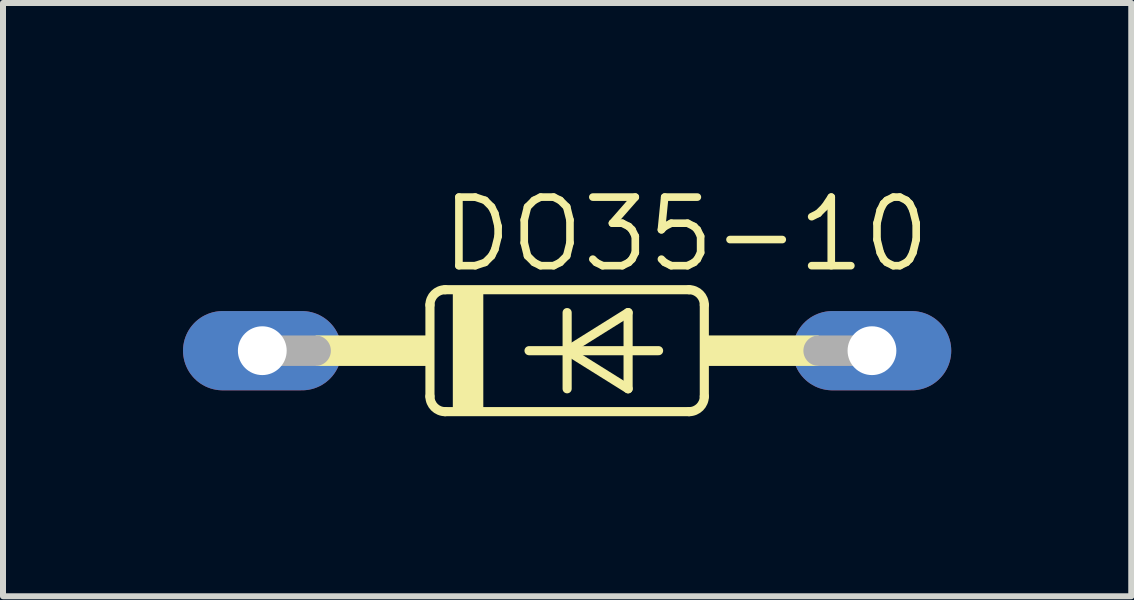
<source format=kicad_pcb>
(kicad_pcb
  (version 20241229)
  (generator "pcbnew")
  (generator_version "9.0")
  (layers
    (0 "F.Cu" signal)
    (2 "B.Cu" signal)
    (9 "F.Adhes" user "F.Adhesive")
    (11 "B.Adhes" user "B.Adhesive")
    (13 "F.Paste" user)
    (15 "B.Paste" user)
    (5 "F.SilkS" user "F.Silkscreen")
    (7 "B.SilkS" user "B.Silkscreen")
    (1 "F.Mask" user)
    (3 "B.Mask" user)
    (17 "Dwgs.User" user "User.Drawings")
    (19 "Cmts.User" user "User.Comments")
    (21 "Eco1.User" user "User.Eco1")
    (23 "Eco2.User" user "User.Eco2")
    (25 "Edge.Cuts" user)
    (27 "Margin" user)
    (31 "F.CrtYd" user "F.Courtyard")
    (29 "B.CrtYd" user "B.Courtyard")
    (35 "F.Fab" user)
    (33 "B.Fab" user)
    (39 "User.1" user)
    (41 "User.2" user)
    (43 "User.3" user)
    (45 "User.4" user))
  (footprint "DO35-10"
    (layer "F.Cu")
    (at 6.401 2.794)
    (property "Reference" "DO35-10" (at -2.159 -1.27 0) (layer "F.SilkS") (effects (font (size 1.143 1.143) (thickness 0.127)) (justify left bottom)))
    (fp_line (start -2.286 -0.762) (end -2.286 0.762) (stroke (width 0.152) (type solid)) (layer "F.SilkS"))
    (fp_line (start -2.032 -1.016) (end 2.032 -1.016) (stroke (width 0.152) (type solid)) (layer "F.SilkS"))
    (fp_line (start -2.032 1.016) (end 2.032 1.016) (stroke (width 0.152) (type solid)) (layer "F.SilkS"))
    (fp_line (start -0.635 0) (end 0 0) (stroke (width 0.152) (type solid)) (layer "F.SilkS"))
    (fp_line (start 0 -0.635) (end 0 0) (stroke (width 0.152) (type solid)) (layer "F.SilkS"))
    (fp_line (start 0 0) (end 0 0.635) (stroke (width 0.152) (type solid)) (layer "F.SilkS"))
    (fp_line (start 0 0) (end 1.016 -0.635) (stroke (width 0.152) (type solid)) (layer "F.SilkS"))
    (fp_line (start 0 0) (end 1.524 0) (stroke (width 0.152) (type solid)) (layer "F.SilkS"))
    (fp_line (start 1.016 -0.635) (end 1.016 0.635) (stroke (width 0.152) (type solid)) (layer "F.SilkS"))
    (fp_line (start 1.016 0.635) (end 0 0) (stroke (width 0.152) (type solid)) (layer "F.SilkS"))
    (fp_line (start 2.286 0.762) (end 2.286 -0.762) (stroke (width 0.152) (type solid)) (layer "F.SilkS"))
    (fp_arc (start -2.286 -0.762) (mid -2.211605 -0.941605) (end -2.032 -1.016) (stroke (width 0.1524) (type solid)) (layer "F.SilkS"))
    (fp_arc (start -2.032 1.016) (mid -2.211605 0.941605) (end -2.286 0.762) (stroke (width 0.1524) (type solid)) (layer "F.SilkS"))
    (fp_arc (start 2.032 -1.016) (mid 2.211605 -0.941605) (end 2.286 -0.762) (stroke (width 0.1524) (type solid)) (layer "F.SilkS"))
    (fp_arc (start 2.286 0.762) (mid 2.211605 0.941605) (end 2.032 1.016) (stroke (width 0.1524) (type solid)) (layer "F.SilkS"))
    (fp_poly (pts (xy -4.191 0.254) (xy -2.286 0.254) (xy -2.286 -0.254) (xy -4.191 -0.254)) (stroke (width 0) (type solid)) (fill yes) (layer "F.SilkS"))
    (fp_poly (pts (xy -1.905 1.016) (xy -1.397 1.016) (xy -1.397 -1.016) (xy -1.905 -1.016)) (stroke (width 0) (type solid)) (fill yes) (layer "F.SilkS"))
    (fp_poly (pts (xy 2.286 0.254) (xy 4.191 0.254) (xy 4.191 -0.254) (xy 2.286 -0.254)) (stroke (width 0) (type solid)) (fill yes) (layer "F.SilkS"))
    (fp_line (start -5.08 0) (end -4.191 0) (stroke (width 0.508) (type solid)) (layer "F.Fab"))
    (fp_line (start 5.08 0) (end 4.191 0) (stroke (width 0.508) (type solid)) (layer "F.Fab"))
    (pad "A" thru_hole oval (at 5.08 0) (size 2.642 1.321) (drill 0.813) (layers "*.Cu" "*.Mask"))
    (pad "C" thru_hole oval (at -5.08 0) (size 2.642 1.321) (drill 0.813) (layers "*.Cu" "*.Mask")))
  (gr_rect
    (start -3 -3)
    (end 15.802 6.886)
    (stroke (width 0.1) (type default))
    (fill no)
    (layer "Edge.Cuts")))
</source>
